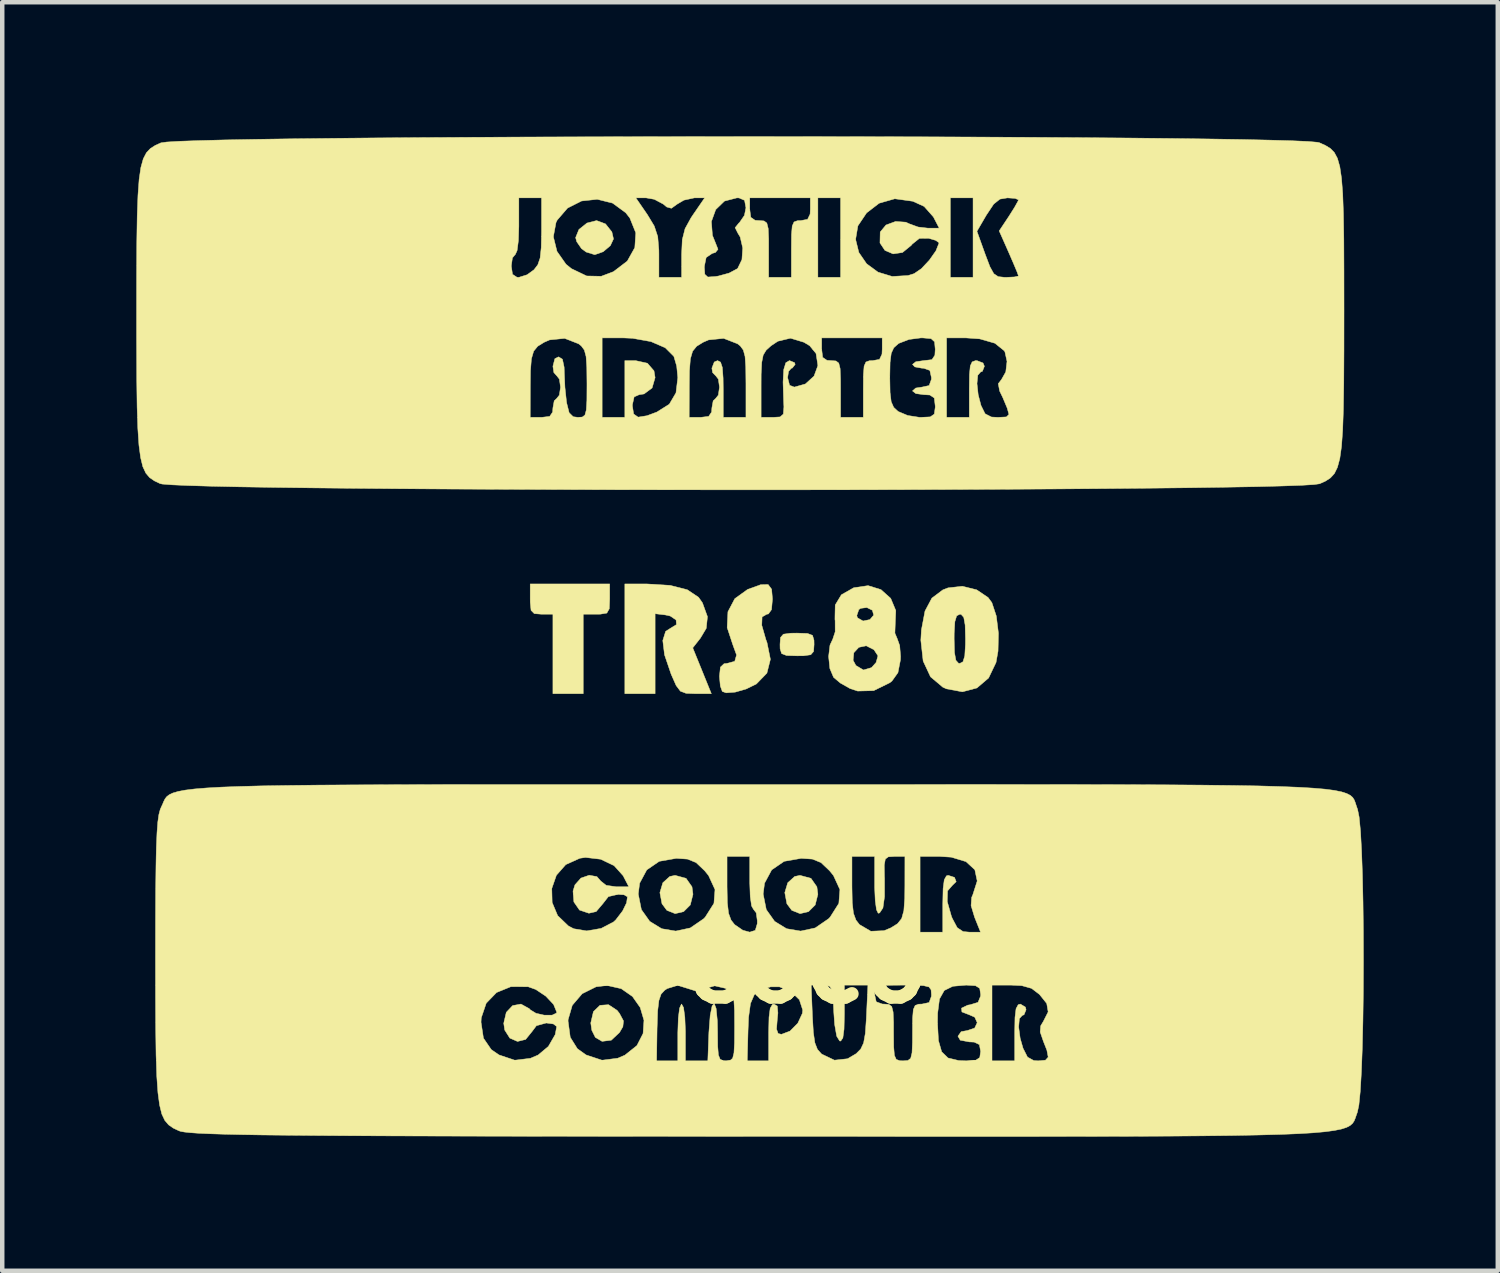
<source format=kicad_pcb>
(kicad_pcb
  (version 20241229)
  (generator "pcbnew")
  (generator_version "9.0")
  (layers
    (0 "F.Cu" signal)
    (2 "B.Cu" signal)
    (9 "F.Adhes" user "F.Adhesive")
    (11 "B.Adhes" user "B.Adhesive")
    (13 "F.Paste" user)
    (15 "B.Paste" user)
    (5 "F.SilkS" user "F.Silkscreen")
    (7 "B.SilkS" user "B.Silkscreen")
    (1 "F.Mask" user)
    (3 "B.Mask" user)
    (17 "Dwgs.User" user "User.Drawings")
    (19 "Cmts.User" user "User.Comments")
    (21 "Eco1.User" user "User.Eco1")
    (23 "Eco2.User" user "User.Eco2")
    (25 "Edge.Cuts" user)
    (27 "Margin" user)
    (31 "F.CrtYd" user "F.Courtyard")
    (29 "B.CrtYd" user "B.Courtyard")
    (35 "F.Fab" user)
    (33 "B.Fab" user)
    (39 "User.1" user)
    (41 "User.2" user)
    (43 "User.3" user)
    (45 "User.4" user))
  (footprint "coco"
    (layer "F.Cu")
    (at 14.991 18.563)
    (property "Reference" "coco" (at 0 0 0) (layer "F.SilkS") (effects (font (size 1.524 1.524) (thickness 0.3))))
    (attr through_hole)
    (fp_poly (pts (xy -2.695 -1.966) (xy -2.562 -1.776) (xy -2.54 -1.609) (xy -2.6 -1.37) (xy -2.749 -1.221) (xy -2.939 -1.176) (xy -3.124 -1.25) (xy -3.233 -1.397) (xy -3.28 -1.646) (xy -3.214 -1.867) (xy -3.059 -2.007) (xy -2.94 -2.032) (xy -2.695 -1.966)) (stroke (width 0.01) (type solid)) (fill yes) (layer "F.SilkS"))
    (fp_poly (pts (xy 0.099 -1.966) (xy 0.232 -1.776) (xy 0.254 -1.609) (xy 0.194 -1.37) (xy 0.045 -1.221) (xy -0.145 -1.176) (xy -0.33 -1.25) (xy -0.439 -1.397) (xy -0.486 -1.646) (xy -0.42 -1.867) (xy -0.265 -2.007) (xy -0.146 -2.032) (xy 0.099 -1.966)) (stroke (width 0.01) (type solid)) (fill yes) (layer "F.SilkS"))
    (fp_poly (pts (xy -4.236 0.989) (xy -4.183 1.058) (xy -4.094 1.224) (xy -4.108 1.354) (xy -4.183 1.482) (xy -4.367 1.655) (xy -4.573 1.681) (xy -4.724 1.592) (xy -4.803 1.433) (xy -4.826 1.27) (xy -4.767 1.016) (xy -4.621 0.875) (xy -4.429 0.861) (xy -4.236 0.989)) (stroke (width 0.01) (type solid)) (fill yes) (layer "F.SilkS"))
    (fp_poly (pts (xy -4.497 -16.605) (xy -4.354 -16.425) (xy -4.318 -16.268) (xy -4.388 -16.118) (xy -4.549 -15.982) (xy -4.73 -15.918) (xy -4.741 -15.917) (xy -4.928 -15.975) (xy -5.032 -16.05) (xy -5.14 -16.206) (xy -5.165 -16.298) (xy -5.091 -16.48) (xy -4.911 -16.624) (xy -4.696 -16.679) (xy -4.497 -16.605)) (stroke (width 0.01) (type solid)) (fill yes) (layer "F.SilkS"))
    (fp_poly (pts (xy -4.403 -8.213) (xy -4.412 -7.996) (xy -4.467 -7.899) (xy -4.612 -7.875) (xy -4.699 -7.874) (xy -4.995 -7.874) (xy -4.995 -6.096) (xy -5.673 -6.096) (xy -5.673 -7.874) (xy -5.927 -7.874) (xy -6.09 -7.887) (xy -6.162 -7.96) (xy -6.18 -8.14) (xy -6.181 -8.213) (xy -6.181 -8.551) (xy -4.403 -8.551) (xy -4.403 -8.213)) (stroke (width 0.01) (type solid)) (fill yes) (layer "F.SilkS"))
    (fp_poly (pts (xy 0.023 -7.443) (xy 0.134 -7.401) (xy 0.167 -7.292) (xy 0.169 -7.197) (xy 0.158 -7.04) (xy 0.095 -6.967) (xy -0.068 -6.944) (xy -0.212 -6.943) (xy -0.446 -6.95) (xy -0.557 -6.993) (xy -0.591 -7.101) (xy -0.593 -7.197) (xy -0.582 -7.353) (xy -0.518 -7.427) (xy -0.355 -7.449) (xy -0.212 -7.451) (xy 0.023 -7.443)) (stroke (width 0.01) (type solid)) (fill yes) (layer "F.SilkS"))
    (fp_poly (pts (xy -3.577 -8.551) (xy -3.05 -8.519) (xy -2.667 -8.421) (xy -2.415 -8.252) (xy -2.328 -8.128) (xy -2.216 -7.819) (xy -2.243 -7.558) (xy -2.373 -7.34) (xy -2.545 -7.121) (xy -2.337 -6.609) (xy -2.129 -6.096) (xy -2.488 -6.096) (xy -2.694 -6.104) (xy -2.821 -6.152) (xy -2.916 -6.278) (xy -3.024 -6.522) (xy -3.032 -6.542) (xy -3.176 -6.965) (xy -3.215 -7.285) (xy -3.151 -7.491) (xy -3.039 -7.562) (xy -2.909 -7.642) (xy -2.918 -7.746) (xy -3.048 -7.833) (xy -3.16 -7.858) (xy -3.387 -7.885) (xy -3.387 -6.096) (xy -4.064 -6.096) (xy -4.064 -8.551) (xy -3.577 -8.551)) (stroke (width 0.01) (type solid)) (fill yes) (layer "F.SilkS"))
    (fp_poly (pts (xy -0.781 -8.434) (xy -0.762 -8.213) (xy -0.783 -7.977) (xy -0.852 -7.88) (xy -0.889 -7.874) (xy -0.994 -7.813) (xy -1.001 -7.627) (xy -0.91 -7.309) (xy -0.884 -7.239) (xy -0.808 -6.865) (xy -0.886 -6.556) (xy -1.119 -6.316) (xy -1.122 -6.313) (xy -1.348 -6.202) (xy -1.594 -6.131) (xy -1.798 -6.115) (xy -1.884 -6.146) (xy -1.928 -6.267) (xy -1.947 -6.475) (xy -1.947 -6.491) (xy -1.926 -6.69) (xy -1.844 -6.767) (xy -1.783 -6.773) (xy -1.606 -6.82) (xy -1.565 -6.962) (xy -1.648 -7.19) (xy -1.775 -7.575) (xy -1.758 -7.929) (xy -1.604 -8.222) (xy -1.321 -8.426) (xy -1.308 -8.432) (xy -1.025 -8.534) (xy -0.859 -8.538) (xy -0.781 -8.434)) (stroke (width 0.01) (type solid)) (fill yes) (layer "F.SilkS"))
    (fp_poly (pts (xy 3.805 -8.42) (xy 4.061 -8.248) (xy 4.146 -8.133) (xy 4.245 -7.834) (xy 4.293 -7.448) (xy 4.284 -7.049) (xy 4.239 -6.794) (xy 4.073 -6.447) (xy 3.812 -6.224) (xy 3.487 -6.138) (xy 3.129 -6.205) (xy 3.048 -6.242) (xy 2.774 -6.473) (xy 2.609 -6.826) (xy 2.557 -7.293) (xy 2.559 -7.324) (xy 3.302 -7.324) (xy 3.31 -7.015) (xy 3.341 -6.843) (xy 3.4 -6.777) (xy 3.429 -6.773) (xy 3.5 -6.81) (xy 3.54 -6.941) (xy 3.555 -7.199) (xy 3.556 -7.324) (xy 3.548 -7.632) (xy 3.517 -7.804) (xy 3.458 -7.87) (xy 3.429 -7.874) (xy 3.358 -7.837) (xy 3.318 -7.706) (xy 3.303 -7.449) (xy 3.302 -7.324) (xy 2.559 -7.324) (xy 2.57 -7.521) (xy 2.65 -7.944) (xy 2.804 -8.234) (xy 3.049 -8.418) (xy 3.165 -8.463) (xy 3.486 -8.499) (xy 3.805 -8.42)) (stroke (width 0.01) (type solid)) (fill yes) (layer "F.SilkS"))
    (fp_poly (pts (xy 1.665 -8.424) (xy 1.883 -8.229) (xy 1.997 -7.956) (xy 1.985 -7.674) (xy 1.977 -7.45) (xy 2.028 -7.329) (xy 2.084 -7.173) (xy 2.104 -6.931) (xy 2.101 -6.852) (xy 2.045 -6.566) (xy 1.91 -6.378) (xy 1.863 -6.341) (xy 1.502 -6.164) (xy 1.145 -6.155) (xy 0.974 -6.211) (xy 0.757 -6.334) (xy 0.605 -6.462) (xy 0.522 -6.659) (xy 0.503 -6.843) (xy 1.042 -6.843) (xy 1.105 -6.726) (xy 1.274 -6.626) (xy 1.454 -6.679) (xy 1.556 -6.793) (xy 1.598 -6.943) (xy 1.508 -7.08) (xy 1.334 -7.168) (xy 1.17 -7.133) (xy 1.058 -7.012) (xy 1.042 -6.843) (xy 0.503 -6.843) (xy 0.494 -6.927) (xy 0.525 -7.183) (xy 0.587 -7.316) (xy 0.641 -7.48) (xy 0.64 -7.729) (xy 0.636 -7.759) (xy 0.637 -7.843) (xy 1.124 -7.843) (xy 1.141 -7.792) (xy 1.265 -7.722) (xy 1.418 -7.754) (xy 1.503 -7.853) (xy 1.473 -7.962) (xy 1.35 -8.023) (xy 1.209 -8.005) (xy 1.17 -7.977) (xy 1.124 -7.843) (xy 0.637 -7.843) (xy 0.642 -8.081) (xy 0.78 -8.309) (xy 1.056 -8.466) (xy 1.378 -8.513) (xy 1.665 -8.424)) (stroke (width 0.01) (type solid)) (fill yes) (layer "F.SilkS"))
    (fp_poly (pts (xy 4.996 -4.064) (xy 6.146 -4.063) (xy 7.166 -4.061) (xy 8.064 -4.057) (xy 8.848 -4.051) (xy 9.526 -4.043) (xy 10.106 -4.033) (xy 10.596 -4.019) (xy 11.004 -4.003) (xy 11.337 -3.983) (xy 11.604 -3.96) (xy 11.812 -3.932) (xy 11.969 -3.9) (xy 12.084 -3.863) (xy 12.165 -3.821) (xy 12.218 -3.774) (xy 12.252 -3.72) (xy 12.275 -3.661) (xy 12.296 -3.596) (xy 12.321 -3.523) (xy 12.326 -3.511) (xy 12.361 -3.338) (xy 12.392 -3.02) (xy 12.416 -2.581) (xy 12.435 -2.046) (xy 12.448 -1.439) (xy 12.456 -0.784) (xy 12.458 -0.105) (xy 12.455 0.573) (xy 12.446 1.226) (xy 12.432 1.83) (xy 12.412 2.361) (xy 12.387 2.794) (xy 12.356 3.105) (xy 12.322 3.265) (xy 12.296 3.338) (xy 12.274 3.403) (xy 12.249 3.463) (xy 12.214 3.516) (xy 12.16 3.563) (xy 12.079 3.606) (xy 11.963 3.643) (xy 11.805 3.675) (xy 11.596 3.703) (xy 11.329 3.727) (xy 10.996 3.747) (xy 10.589 3.763) (xy 10.099 3.776) (xy 9.519 3.787) (xy 8.841 3.795) (xy 8.058 3.801) (xy 7.16 3.805) (xy 6.141 3.807) (xy 4.992 3.808) (xy 3.706 3.808) (xy 2.274 3.808) (xy 0.688 3.807) (xy -1.058 3.807) (xy -1.077 3.807) (xy -2.82 3.806) (xy -4.402 3.805) (xy -5.83 3.804) (xy -7.112 3.802) (xy -8.256 3.799) (xy -9.269 3.796) (xy -10.159 3.792) (xy -10.933 3.787) (xy -11.601 3.781) (xy -12.168 3.775) (xy -12.644 3.767) (xy -13.035 3.758) (xy -13.35 3.748) (xy -13.596 3.737) (xy -13.781 3.724) (xy -13.912 3.71) (xy -13.998 3.695) (xy -14.037 3.682) (xy -14.164 3.622) (xy -14.269 3.549) (xy -14.354 3.45) (xy -14.421 3.308) (xy -14.471 3.106) (xy -14.508 2.83) (xy -14.534 2.463) (xy -14.545 2.117) (xy -3.354 2.117) (xy -2.879 2.117) (xy -2.879 1.482) (xy -2.868 1.162) (xy -2.84 0.939) (xy -2.798 0.847) (xy -2.794 0.847) (xy -2.751 0.925) (xy -2.722 1.139) (xy -2.709 1.452) (xy -2.709 1.482) (xy -2.709 2.117) (xy -2.208 2.117) (xy -1.326 2.117) (xy -0.847 2.117) (xy -0.847 1.482) (xy -0.839 1.141) (xy -0.813 0.942) (xy -0.763 0.856) (xy -0.728 0.847) (xy -0.654 0.891) (xy -0.64 1.046) (xy -0.654 1.185) (xy -0.671 1.407) (xy -0.635 1.506) (xy -0.561 1.524) (xy -0.369 1.451) (xy -0.195 1.275) (xy -0.093 1.055) (xy -0.085 0.98) (xy -0.16 0.749) (xy -0.352 0.563) (xy -0.607 0.461) (xy -0.802 0.461) (xy -1.025 0.527) (xy -1.17 0.641) (xy -1.254 0.836) (xy -1.296 1.144) (xy -1.308 1.432) (xy -1.326 2.117) (xy -2.208 2.117) (xy -2.184 1.481) (xy -2.155 1.103) (xy -2.112 0.888) (xy -2.065 0.834) (xy -2.022 0.945) (xy -1.995 1.22) (xy -1.99 1.46) (xy -1.987 1.79) (xy -1.971 1.986) (xy -1.932 2.082) (xy -1.86 2.114) (xy -1.799 2.116) (xy -1.709 2.108) (xy -1.653 2.06) (xy -1.623 1.94) (xy -1.611 1.716) (xy -1.609 1.356) (xy -1.609 1.353) (xy -1.611 0.989) (xy -1.625 0.758) (xy -1.659 0.623) (xy -1.722 0.546) (xy -1.82 0.493) (xy -2.054 0.439) (xy -2.249 0.495) (xy -2.497 0.548) (xy -2.624 0.508) (xy -2.881 0.428) (xy -3.116 0.5) (xy -3.173 0.538) (xy -3.253 0.624) (xy -3.302 0.766) (xy -3.33 0.999) (xy -3.342 1.363) (xy -3.343 1.385) (xy -3.354 2.117) (xy -14.545 2.117) (xy -14.55 1.99) (xy -14.558 1.393) (xy -14.559 1.252) (xy -7.281 1.252) (xy -7.227 1.609) (xy -7.052 1.865) (xy -6.877 1.985) (xy -6.525 2.103) (xy -6.175 2.06) (xy -6.003 1.986) (xy -5.774 1.794) (xy -5.622 1.53) (xy -5.588 1.349) (xy -5.661 1.292) (xy -5.822 1.27) (xy -6.042 1.331) (xy -6.139 1.46) (xy -6.283 1.638) (xy -6.465 1.683) (xy -6.637 1.608) (xy -6.751 1.428) (xy -6.773 1.277) (xy -6.762 1.229) (xy -5.334 1.229) (xy -5.285 1.59) (xy -5.126 1.845) (xy -4.93 1.985) (xy -4.574 2.103) (xy -4.222 2.058) (xy -4.062 1.989) (xy -3.794 1.775) (xy -3.656 1.505) (xy -3.636 1.21) (xy -3.72 0.924) (xy -3.894 0.677) (xy -4.145 0.502) (xy -4.459 0.431) (xy -4.706 0.46) (xy -5.018 0.615) (xy -5.24 0.875) (xy -5.333 1.195) (xy -5.334 1.229) (xy -6.762 1.229) (xy -6.716 1.032) (xy -6.574 0.881) (xy -6.388 0.847) (xy -6.202 0.949) (xy -6.181 0.974) (xy -6.052 1.053) (xy -5.866 1.095) (xy -5.691 1.095) (xy -5.593 1.048) (xy -5.588 1.027) (xy -5.658 0.855) (xy -5.832 0.67) (xy -6.057 0.52) (xy -6.228 0.459) (xy -6.611 0.457) (xy -6.933 0.588) (xy -7.165 0.828) (xy -7.276 1.155) (xy -7.281 1.252) (xy -14.559 1.252) (xy -14.562 0.658) (xy -14.562 0.423) (xy 0.104 0.423) (xy 0.132 1.122) (xy 0.153 1.482) (xy 0.187 1.714) (xy 0.244 1.86) (xy 0.335 1.962) (xy 0.344 1.968) (xy 0.625 2.102) (xy 0.918 2.07) (xy 1.111 1.956) (xy 1.213 1.853) (xy 1.277 1.717) (xy 1.315 1.505) (xy 1.338 1.174) (xy 1.341 1.109) (xy 1.363 0.635) (xy 1.524 0.635) (xy 1.559 0.796) (xy 1.697 0.846) (xy 1.736 0.847) (xy 1.843 0.855) (xy 1.906 0.902) (xy 1.937 1.025) (xy 1.947 1.259) (xy 1.947 1.482) (xy 1.95 1.805) (xy 1.966 1.994) (xy 2.007 2.085) (xy 2.085 2.114) (xy 2.159 2.117) (xy 2.267 2.109) (xy 2.33 2.061) (xy 2.36 1.938) (xy 2.37 1.705) (xy 2.371 1.482) (xy 2.372 1.274) (xy 2.93 1.274) (xy 2.951 1.663) (xy 3.023 1.914) (xy 3.166 2.053) (xy 3.403 2.11) (xy 3.572 2.117) (xy 3.784 2.104) (xy 3.875 2.044) (xy 3.895 1.905) (xy 3.867 1.754) (xy 3.751 1.698) (xy 3.641 1.693) (xy 3.439 1.655) (xy 3.387 1.566) (xy 3.46 1.464) (xy 3.598 1.439) (xy 3.761 1.384) (xy 3.818 1.263) (xy 3.763 1.14) (xy 3.637 1.085) (xy 3.476 1.023) (xy 3.467 0.938) (xy 3.606 0.871) (xy 3.662 0.862) (xy 3.837 0.808) (xy 3.893 0.67) (xy 3.895 0.629) (xy 3.874 0.494) (xy 3.78 0.436) (xy 3.572 0.423) (xy 4.149 0.423) (xy 4.149 2.117) (xy 4.657 2.117) (xy 4.657 1.482) (xy 4.663 1.147) (xy 4.687 0.95) (xy 4.735 0.861) (xy 4.784 0.847) (xy 4.896 0.914) (xy 4.911 0.974) (xy 4.865 1.086) (xy 4.826 1.101) (xy 4.761 1.173) (xy 4.745 1.36) (xy 4.779 1.612) (xy 4.843 1.835) (xy 4.943 2.033) (xy 5.083 2.11) (xy 5.182 2.117) (xy 5.345 2.102) (xy 5.406 2.034) (xy 5.376 1.877) (xy 5.299 1.682) (xy 5.227 1.472) (xy 5.238 1.334) (xy 5.299 1.232) (xy 5.405 1.022) (xy 5.373 0.833) (xy 5.211 0.631) (xy 5.034 0.496) (xy 4.816 0.435) (xy 4.576 0.423) (xy 4.149 0.423) (xy 3.572 0.423) (xy 3.273 0.449) (xy 3.081 0.543) (xy 2.974 0.734) (xy 2.933 1.05) (xy 2.93 1.274) (xy 2.372 1.274) (xy 2.373 1.159) (xy 2.389 0.969) (xy 2.43 0.878) (xy 2.508 0.849) (xy 2.582 0.847) (xy 2.743 0.812) (xy 2.793 0.674) (xy 2.794 0.635) (xy 2.786 0.527) (xy 2.739 0.464) (xy 2.616 0.434) (xy 2.382 0.424) (xy 2.159 0.423) (xy 1.836 0.426) (xy 1.647 0.442) (xy 1.555 0.483) (xy 1.526 0.561) (xy 1.524 0.635) (xy 1.363 0.635) (xy 1.373 0.423) (xy 0.847 0.423) (xy 0.847 1.065) (xy 0.839 1.409) (xy 0.813 1.604) (xy 0.765 1.674) (xy 0.741 1.672) (xy 0.675 1.565) (xy 0.629 1.302) (xy 0.61 1.03) (xy 0.595 0.716) (xy 0.57 0.535) (xy 0.52 0.45) (xy 0.429 0.425) (xy 0.345 0.423) (xy 0.104 0.423) (xy -14.562 0.423) (xy -14.563 -0.171) (xy -14.562 -1.007) (xy -14.559 -1.69) (xy -14.558 -1.739) (xy -5.698 -1.739) (xy -5.69 -1.425) (xy -5.567 -1.132) (xy -5.326 -0.9) (xy -5.207 -0.838) (xy -4.917 -0.79) (xy -4.593 -0.846) (xy -4.317 -0.99) (xy -4.268 -1.035) (xy -4.114 -1.236) (xy -4.025 -1.418) (xy -4.006 -1.553) (xy -4.092 -1.603) (xy -4.214 -1.609) (xy -4.432 -1.557) (xy -4.557 -1.397) (xy -4.706 -1.222) (xy -4.868 -1.185) (xy -5.078 -1.256) (xy -5.204 -1.438) (xy -5.218 -1.615) (xy -3.764 -1.615) (xy -3.694 -1.266) (xy -3.507 -1.003) (xy -3.239 -0.839) (xy -2.925 -0.786) (xy -2.6 -0.856) (xy -2.3 -1.062) (xy -2.265 -1.099) (xy -2.071 -1.406) (xy -2.047 -1.715) (xy -2.191 -2.028) (xy -2.279 -2.136) (xy -2.469 -2.317) (xy -2.662 -2.396) (xy -2.912 -2.413) (xy -3.294 -2.346) (xy -3.573 -2.155) (xy -3.733 -1.857) (xy -3.764 -1.615) (xy -5.218 -1.615) (xy -5.223 -1.68) (xy -5.18 -1.82) (xy -5.046 -1.971) (xy -4.861 -2.035) (xy -4.689 -2.004) (xy -4.603 -1.905) (xy -4.481 -1.809) (xy -4.264 -1.778) (xy -3.975 -1.778) (xy -4.103 -2.025) (xy -4.304 -2.249) (xy -4.605 -2.393) (xy -4.944 -2.433) (xy -5.07 -2.415) (xy -5.385 -2.273) (xy -5.595 -2.035) (xy -5.698 -1.739) (xy -14.558 -1.739) (xy -14.552 -2.237) (xy -14.548 -2.455) (xy -1.778 -2.455) (xy -1.778 -1.778) (xy -1.771 -1.418) (xy -1.744 -1.184) (xy -1.688 -1.032) (xy -1.609 -0.931) (xy -1.424 -0.804) (xy -1.27 -0.762) (xy -1.146 -0.802) (xy -1.102 -0.95) (xy -1.101 -1.016) (xy -1.125 -1.194) (xy -1.184 -1.27) (xy -1.185 -1.27) (xy -1.229 -1.348) (xy -1.259 -1.558) (xy -1.261 -1.615) (xy -0.97 -1.615) (xy -0.9 -1.266) (xy -0.713 -1.003) (xy -0.445 -0.839) (xy -0.131 -0.786) (xy 0.194 -0.856) (xy 0.494 -1.062) (xy 0.529 -1.099) (xy 0.723 -1.406) (xy 0.747 -1.715) (xy 0.603 -2.028) (xy 0.515 -2.136) (xy 0.325 -2.317) (xy 0.132 -2.396) (xy -0.118 -2.413) (xy -0.5 -2.346) (xy -0.779 -2.155) (xy -0.939 -1.857) (xy -0.97 -1.615) (xy -1.261 -1.615) (xy -1.27 -1.862) (xy -1.27 -2.455) (xy 1.016 -2.455) (xy 1.016 -1.778) (xy 1.023 -1.418) (xy 1.05 -1.184) (xy 1.106 -1.032) (xy 1.185 -0.931) (xy 1.439 -0.782) (xy 1.735 -0.795) (xy 1.889 -0.859) (xy 2.037 -0.952) (xy 2.128 -1.066) (xy 2.177 -1.242) (xy 2.197 -1.52) (xy 2.2 -1.799) (xy 2.201 -2.455) (xy 2.54 -2.455) (xy 2.54 -0.762) (xy 3.048 -0.762) (xy 3.048 -1.397) (xy 3.055 -1.735) (xy 3.081 -1.933) (xy 3.13 -2.021) (xy 3.17 -2.032) (xy 3.31 -1.987) (xy 3.348 -1.891) (xy 3.265 -1.811) (xy 3.155 -1.685) (xy 3.148 -1.446) (xy 3.242 -1.114) (xy 3.261 -1.069) (xy 3.371 -0.862) (xy 3.502 -0.775) (xy 3.641 -0.762) (xy 3.893 -0.762) (xy 3.76 -1.094) (xy 3.681 -1.356) (xy 3.694 -1.54) (xy 3.719 -1.596) (xy 3.818 -1.906) (xy 3.765 -2.157) (xy 3.568 -2.339) (xy 3.238 -2.439) (xy 2.987 -2.455) (xy 2.54 -2.455) (xy 2.201 -2.455) (xy 1.964 -2.455) (xy 1.831 -2.447) (xy 1.763 -2.397) (xy 1.739 -2.262) (xy 1.743 -2.004) (xy 1.745 -1.968) (xy 1.745 -1.558) (xy 1.709 -1.303) (xy 1.635 -1.192) (xy 1.603 -1.185) (xy 1.565 -1.263) (xy 1.537 -1.469) (xy 1.524 -1.761) (xy 1.524 -1.82) (xy 1.524 -2.455) (xy 1.016 -2.455) (xy -1.27 -2.455) (xy -1.778 -2.455) (xy -14.548 -2.455) (xy -14.543 -2.664) (xy -14.529 -2.988) (xy -14.511 -3.226) (xy -14.487 -3.393) (xy -14.457 -3.507) (xy -14.434 -3.559) (xy -14.403 -3.626) (xy -14.378 -3.687) (xy -14.35 -3.742) (xy -14.312 -3.792) (xy -14.255 -3.836) (xy -14.173 -3.875) (xy -14.056 -3.909) (xy -13.897 -3.939) (xy -13.688 -3.965) (xy -13.421 -3.987) (xy -13.087 -4.006) (xy -12.68 -4.021) (xy -12.191 -4.034) (xy -11.612 -4.043) (xy -10.936 -4.051) (xy -10.153 -4.056) (xy -9.257 -4.06) (xy -8.239 -4.063) (xy -7.092 -4.064) (xy -5.807 -4.064) (xy -4.376 -4.064) (xy -2.792 -4.064) (xy -1.058 -4.064) (xy 0.69 -4.064) (xy 2.276 -4.064) (xy 3.709 -4.065) (xy 4.996 -4.064)) (stroke (width 0.01) (type solid)) (fill yes) (layer "F.SilkS"))
    (fp_poly (pts (xy 0.116 -18.557) (xy 1.392 -18.555) (xy 2.643 -18.552) (xy 3.856 -18.547) (xy 5.021 -18.541) (xy 6.126 -18.534) (xy 7.159 -18.526) (xy 8.109 -18.516) (xy 8.965 -18.505) (xy 9.715 -18.493) (xy 10.347 -18.479) (xy 10.85 -18.465) (xy 11.213 -18.449) (xy 11.424 -18.431) (xy 11.469 -18.422) (xy 11.605 -18.361) (xy 11.716 -18.294) (xy 11.806 -18.203) (xy 11.876 -18.072) (xy 11.929 -17.885) (xy 11.967 -17.627) (xy 11.994 -17.28) (xy 12.01 -16.83) (xy 12.019 -16.259) (xy 12.022 -15.552) (xy 12.023 -14.693) (xy 12.023 -14.649) (xy 12.022 -13.769) (xy 12.018 -13.044) (xy 12.009 -12.455) (xy 11.993 -11.988) (xy 11.967 -11.628) (xy 11.929 -11.356) (xy 11.876 -11.159) (xy 11.808 -11.02) (xy 11.72 -10.924) (xy 11.612 -10.853) (xy 11.48 -10.793) (xy 11.478 -10.792) (xy 11.351 -10.774) (xy 11.065 -10.757) (xy 10.634 -10.742) (xy 10.068 -10.727) (xy 9.378 -10.715) (xy 8.576 -10.703) (xy 7.674 -10.693) (xy 6.683 -10.684) (xy 5.614 -10.676) (xy 4.479 -10.669) (xy 3.29 -10.664) (xy 2.057 -10.66) (xy 0.792 -10.657) (xy -0.492 -10.656) (xy -1.786 -10.656) (xy -3.077 -10.657) (xy -4.354 -10.659) (xy -5.606 -10.663) (xy -6.82 -10.668) (xy -7.986 -10.674) (xy -9.092 -10.681) (xy -10.127 -10.69) (xy -11.079 -10.7) (xy -11.937 -10.711) (xy -12.689 -10.723) (xy -13.324 -10.737) (xy -13.83 -10.752) (xy -14.196 -10.768) (xy -14.411 -10.785) (xy -14.46 -10.796) (xy -14.588 -10.857) (xy -14.694 -10.93) (xy -14.779 -11.03) (xy -14.846 -11.174) (xy -14.896 -11.378) (xy -14.933 -11.657) (xy -14.958 -12.028) (xy -14.966 -12.277) (xy -6.181 -12.277) (xy -5.927 -12.277) (xy -5.745 -12.299) (xy -5.679 -12.396) (xy -5.673 -12.488) (xy -5.644 -12.647) (xy -5.588 -12.7) (xy -5.529 -12.774) (xy -5.503 -12.951) (xy -5.503 -12.954) (xy -5.528 -13.132) (xy -5.587 -13.208) (xy -5.588 -13.208) (xy -5.652 -13.28) (xy -5.673 -13.42) (xy -5.629 -13.59) (xy -5.546 -13.631) (xy -5.46 -13.578) (xy -5.422 -13.4) (xy -5.418 -13.271) (xy -5.404 -12.95) (xy -5.37 -12.632) (xy -5.364 -12.594) (xy -5.31 -12.381) (xy -5.219 -12.291) (xy -5.111 -12.277) (xy -5.016 -12.284) (xy -4.957 -12.328) (xy -4.926 -12.442) (xy -4.913 -12.657) (xy -4.911 -13.007) (xy -4.911 -13.034) (xy -4.915 -13.401) (xy -4.931 -13.638) (xy -4.97 -13.783) (xy -5.038 -13.875) (xy -5.099 -13.923) (xy -5.41 -14.044) (xy -5.747 -14.01) (xy -5.869 -13.957) (xy -6.013 -13.868) (xy -6.104 -13.757) (xy -6.154 -13.586) (xy -6.175 -13.318) (xy -6.179 -12.975) (xy -6.181 -12.277) (xy -14.966 -12.277) (xy -14.974 -12.506) (xy -14.982 -13.108) (xy -14.985 -13.85) (xy -14.986 -14.055) (xy -4.572 -14.055) (xy -4.572 -12.277) (xy -4.064 -12.277) (xy -2.625 -12.277) (xy -2.371 -12.277) (xy -2.189 -12.299) (xy -2.123 -12.396) (xy -2.117 -12.488) (xy -2.088 -12.647) (xy -2.032 -12.7) (xy -1.973 -12.774) (xy -1.947 -12.951) (xy -1.947 -12.954) (xy -1.972 -13.132) (xy -2.031 -13.208) (xy -2.032 -13.208) (xy -2.101 -13.279) (xy -2.117 -13.377) (xy -2.064 -13.515) (xy -1.99 -13.547) (xy -1.923 -13.513) (xy -1.883 -13.393) (xy -1.866 -13.155) (xy -1.863 -12.912) (xy -1.863 -12.277) (xy -1.355 -12.277) (xy -1.355 -12.99) (xy -1.016 -12.99) (xy -1.016 -12.277) (xy -0.754 -12.277) (xy -0.591 -12.287) (xy -0.519 -12.35) (xy -0.506 -12.511) (xy -0.512 -12.636) (xy -0.525 -13.065) (xy -0.51 -13.345) (xy -0.463 -13.499) (xy -0.382 -13.547) (xy -0.381 -13.547) (xy -0.268 -13.501) (xy -0.254 -13.462) (xy -0.318 -13.38) (xy -0.339 -13.377) (xy -0.402 -13.305) (xy -0.423 -13.166) (xy -0.379 -12.995) (xy -0.273 -12.954) (xy -0.025 -13.024) (xy 0.168 -13.2) (xy 0.252 -13.429) (xy 0.253 -13.446) (xy 0.213 -13.706) (xy 0.071 -13.879) (xy -0.058 -13.957) (xy -0.359 -14.048) (xy -0.641 -13.98) (xy -0.793 -13.879) (xy -0.902 -13.781) (xy -0.969 -13.671) (xy -1.002 -13.506) (xy -1.015 -13.243) (xy -1.016 -12.99) (xy -1.355 -12.99) (xy -1.355 -13.034) (xy -1.359 -13.401) (xy -1.375 -13.638) (xy -1.414 -13.783) (xy -1.482 -13.875) (xy -1.543 -13.923) (xy -1.854 -14.044) (xy -2.191 -14.01) (xy -2.313 -13.957) (xy -2.457 -13.868) (xy -2.548 -13.757) (xy -2.598 -13.586) (xy -2.619 -13.318) (xy -2.623 -12.975) (xy -2.625 -12.277) (xy -4.064 -12.277) (xy -4.064 -13.547) (xy -3.827 -13.547) (xy -3.559 -13.488) (xy -3.412 -13.318) (xy -3.387 -13.166) (xy -3.455 -12.934) (xy -3.634 -12.801) (xy -3.742 -12.785) (xy -3.856 -12.735) (xy -3.894 -12.565) (xy -3.895 -12.531) (xy -3.867 -12.352) (xy -3.767 -12.282) (xy -3.568 -12.314) (xy -3.348 -12.396) (xy -3.07 -12.571) (xy -2.92 -12.826) (xy -2.879 -13.166) (xy -2.904 -13.423) (xy -2.965 -13.633) (xy -2.97 -13.644) (xy -3.16 -13.834) (xy -3.479 -13.972) (xy -3.892 -14.046) (xy -4.104 -14.055) (xy 0.339 -14.055) (xy 0.339 -13.801) (xy 0.361 -13.619) (xy 0.458 -13.553) (xy 0.55 -13.547) (xy 0.658 -13.539) (xy 0.721 -13.491) (xy 0.752 -13.368) (xy 0.761 -13.135) (xy 0.762 -12.912) (xy 0.762 -12.277) (xy 1.27 -12.277) (xy 1.27 -12.912) (xy 1.272 -13.166) (xy 1.863 -13.166) (xy 1.869 -12.834) (xy 1.894 -12.627) (xy 1.95 -12.501) (xy 2.046 -12.412) (xy 2.051 -12.408) (xy 2.263 -12.319) (xy 2.531 -12.277) (xy 2.559 -12.277) (xy 2.768 -12.288) (xy 2.858 -12.35) (xy 2.879 -12.5) (xy 2.879 -12.531) (xy 2.858 -12.711) (xy 2.759 -12.777) (xy 2.625 -12.785) (xy 2.446 -12.809) (xy 2.371 -12.868) (xy 2.371 -12.869) (xy 2.443 -12.933) (xy 2.582 -12.954) (xy 2.743 -12.989) (xy 2.793 -13.127) (xy 2.794 -13.166) (xy 2.759 -13.327) (xy 2.621 -13.376) (xy 2.582 -13.377) (xy 2.423 -13.406) (xy 2.371 -13.462) (xy 2.444 -13.521) (xy 2.622 -13.547) (xy 2.625 -13.547) (xy 2.805 -13.568) (xy 2.871 -13.667) (xy 2.879 -13.801) (xy 2.864 -13.967) (xy 2.787 -14.038) (xy 2.598 -14.055) (xy 2.559 -14.055) (xy 3.133 -14.055) (xy 3.133 -12.277) (xy 3.641 -12.277) (xy 3.641 -12.912) (xy 3.645 -13.236) (xy 3.663 -13.427) (xy 3.705 -13.518) (xy 3.78 -13.546) (xy 3.81 -13.547) (xy 3.948 -13.494) (xy 3.979 -13.42) (xy 3.934 -13.307) (xy 3.895 -13.293) (xy 3.831 -13.219) (xy 3.813 -13.033) (xy 3.84 -12.784) (xy 3.903 -12.543) (xy 3.995 -12.357) (xy 4.137 -12.285) (xy 4.282 -12.277) (xy 4.471 -12.287) (xy 4.528 -12.343) (xy 4.489 -12.484) (xy 4.485 -12.494) (xy 4.39 -12.721) (xy 4.32 -12.866) (xy 4.289 -13.03) (xy 4.362 -13.125) (xy 4.457 -13.293) (xy 4.485 -13.529) (xy 4.438 -13.741) (xy 4.423 -13.767) (xy 4.214 -13.935) (xy 3.874 -14.033) (xy 3.562 -14.055) (xy 3.133 -14.055) (xy 2.559 -14.055) (xy 2.292 -14.02) (xy 2.068 -13.934) (xy 2.051 -13.923) (xy 1.952 -13.834) (xy 1.895 -13.71) (xy 1.869 -13.507) (xy 1.863 -13.181) (xy 1.863 -13.166) (xy 1.272 -13.166) (xy 1.273 -13.235) (xy 1.288 -13.424) (xy 1.329 -13.515) (xy 1.407 -13.544) (xy 1.482 -13.547) (xy 1.633 -13.574) (xy 1.688 -13.69) (xy 1.693 -13.801) (xy 1.693 -14.055) (xy 0.339 -14.055) (xy -4.104 -14.055) (xy -4.572 -14.055) (xy -14.986 -14.055) (xy -14.986 -14.605) (xy -14.985 -15.479) (xy -14.984 -15.663) (xy -6.604 -15.663) (xy -6.577 -15.477) (xy -6.478 -15.412) (xy -6.435 -15.409) (xy -6.25 -15.467) (xy -6.096 -15.579) (xy -6.011 -15.69) (xy -5.959 -15.842) (xy -5.934 -16.077) (xy -5.929 -16.318) (xy -5.663 -16.318) (xy -5.582 -15.99) (xy -5.381 -15.703) (xy -5.258 -15.603) (xy -4.918 -15.44) (xy -4.592 -15.433) (xy -4.319 -15.536) (xy -4.009 -15.773) (xy -3.841 -16.074) (xy -3.819 -16.405) (xy -3.952 -16.736) (xy -4.043 -16.853) (xy -4.337 -17.069) (xy -4.681 -17.155) (xy -5.032 -17.117) (xy -5.345 -16.959) (xy -5.577 -16.69) (xy -5.604 -16.635) (xy -5.663 -16.318) (xy -5.929 -16.318) (xy -5.927 -16.436) (xy -5.927 -16.468) (xy -5.927 -17.187) (xy -3.818 -17.187) (xy -3.56 -16.812) (xy -3.406 -16.557) (xy -3.328 -16.321) (xy -3.303 -16.021) (xy -3.302 -15.923) (xy -3.302 -15.409) (xy -2.794 -15.409) (xy -2.794 -15.642) (xy -2.286 -15.642) (xy -2.275 -15.477) (xy -2.208 -15.416) (xy -2.037 -15.428) (xy -1.974 -15.438) (xy -1.732 -15.504) (xy -1.552 -15.6) (xy -1.538 -15.613) (xy -1.445 -15.805) (xy -1.427 -16.066) (xy -1.484 -16.312) (xy -1.536 -16.398) (xy -1.597 -16.52) (xy -1.513 -16.624) (xy -1.5 -16.634) (xy -1.389 -16.795) (xy -1.355 -16.964) (xy -1.386 -17.132) (xy -1.51 -17.186) (xy -1.557 -17.187) (xy -1.27 -17.187) (xy -1.27 -16.933) (xy -1.247 -16.752) (xy -1.15 -16.685) (xy -1.058 -16.679) (xy -0.951 -16.671) (xy -0.888 -16.624) (xy -0.857 -16.501) (xy -0.847 -16.267) (xy -0.847 -16.044) (xy -0.847 -15.409) (xy -0.339 -15.409) (xy -0.339 -16.044) (xy -0.336 -16.367) (xy -0.32 -16.557) (xy -0.279 -16.648) (xy -0.201 -16.677) (xy -0.127 -16.679) (xy 0.024 -16.707) (xy 0.08 -16.823) (xy 0.085 -16.933) (xy 0.085 -17.187) (xy 0.254 -17.187) (xy 0.254 -15.409) (xy 0.762 -15.409) (xy 0.762 -16.258) (xy 1.098 -16.258) (xy 1.17 -15.966) (xy 1.344 -15.713) (xy 1.6 -15.525) (xy 1.916 -15.429) (xy 2.273 -15.45) (xy 2.407 -15.492) (xy 2.569 -15.603) (xy 2.748 -15.794) (xy 2.895 -16.003) (xy 2.962 -16.172) (xy 2.963 -16.183) (xy 2.891 -16.236) (xy 2.731 -16.283) (xy 2.525 -16.281) (xy 2.364 -16.152) (xy 2.342 -16.124) (xy 2.147 -15.965) (xy 1.937 -15.934) (xy 1.754 -16.012) (xy 1.643 -16.179) (xy 1.648 -16.417) (xy 1.652 -16.428) (xy 1.778 -16.58) (xy 1.992 -16.659) (xy 2.221 -16.643) (xy 2.298 -16.607) (xy 2.496 -16.535) (xy 2.71 -16.51) (xy 2.968 -16.51) (xy 2.838 -16.761) (xy 2.631 -16.995) (xy 2.378 -17.111) (xy 1.975 -17.167) (xy 1.625 -17.067) (xy 1.344 -16.851) (xy 1.149 -16.561) (xy 1.098 -16.258) (xy 0.762 -16.258) (xy 0.762 -17.187) (xy 3.217 -17.187) (xy 3.217 -15.409) (xy 3.725 -15.409) (xy 3.725 -16.44) (xy 3.812 -16.44) (xy 3.997 -15.925) (xy 4.103 -15.646) (xy 4.189 -15.491) (xy 4.288 -15.425) (xy 4.433 -15.409) (xy 4.462 -15.409) (xy 4.651 -15.418) (xy 4.74 -15.438) (xy 4.741 -15.441) (xy 4.71 -15.529) (xy 4.627 -15.727) (xy 4.526 -15.96) (xy 4.31 -16.448) (xy 4.526 -16.773) (xy 4.654 -16.976) (xy 4.731 -17.115) (xy 4.741 -17.143) (xy 4.668 -17.175) (xy 4.495 -17.187) (xy 4.326 -17.159) (xy 4.187 -17.048) (xy 4.033 -16.817) (xy 4.03 -16.814) (xy 3.812 -16.44) (xy 3.725 -16.44) (xy 3.725 -17.187) (xy 3.217 -17.187) (xy 0.762 -17.187) (xy 0.254 -17.187) (xy 0.085 -17.187) (xy -1.27 -17.187) (xy -1.557 -17.187) (xy -1.835 -17.115) (xy -2.031 -16.925) (xy -2.128 -16.657) (xy -2.105 -16.349) (xy -2.038 -16.183) (xy -1.98 -16.036) (xy -2.037 -15.966) (xy -2.11 -15.944) (xy -2.245 -15.853) (xy -2.286 -15.651) (xy -2.286 -15.642) (xy -2.794 -15.642) (xy -2.794 -15.923) (xy -2.779 -16.253) (xy -2.717 -16.498) (xy -2.584 -16.74) (xy -2.536 -16.812) (xy -2.278 -17.187) (xy -2.508 -17.187) (xy -2.742 -17.136) (xy -2.893 -17.047) (xy -3.022 -16.954) (xy -3.127 -16.983) (xy -3.203 -17.047) (xy -3.406 -17.155) (xy -3.588 -17.187) (xy -3.818 -17.187) (xy -5.927 -17.187) (xy -6.435 -17.187) (xy -6.435 -16.552) (xy -6.445 -16.232) (xy -6.474 -16.009) (xy -6.515 -15.918) (xy -6.519 -15.917) (xy -6.579 -15.844) (xy -6.604 -15.666) (xy -6.604 -15.663) (xy -14.984 -15.663) (xy -14.981 -16.199) (xy -14.972 -16.782) (xy -14.955 -17.244) (xy -14.929 -17.6) (xy -14.89 -17.867) (xy -14.836 -18.061) (xy -14.766 -18.197) (xy -14.676 -18.292) (xy -14.566 -18.362) (xy -14.441 -18.418) (xy -14.314 -18.436) (xy -14.029 -18.453) (xy -13.597 -18.468) (xy -13.03 -18.483) (xy -12.34 -18.496) (xy -11.538 -18.508) (xy -10.636 -18.518) (xy -9.644 -18.528) (xy -8.575 -18.536) (xy -7.44 -18.542) (xy -6.251 -18.548) (xy -5.018 -18.552) (xy -3.753 -18.555) (xy -2.468 -18.557) (xy -1.175 -18.558) (xy 0.116 -18.557)) (stroke (width 0.01) (type solid)) (fill yes) (layer "F.SilkS")))
  (gr_rect
    (start -3 -3)
    (end 30.454 25.376)
    (stroke (width 0.1) (type default))
    (fill no)
    (layer "Edge.Cuts")))
</source>
